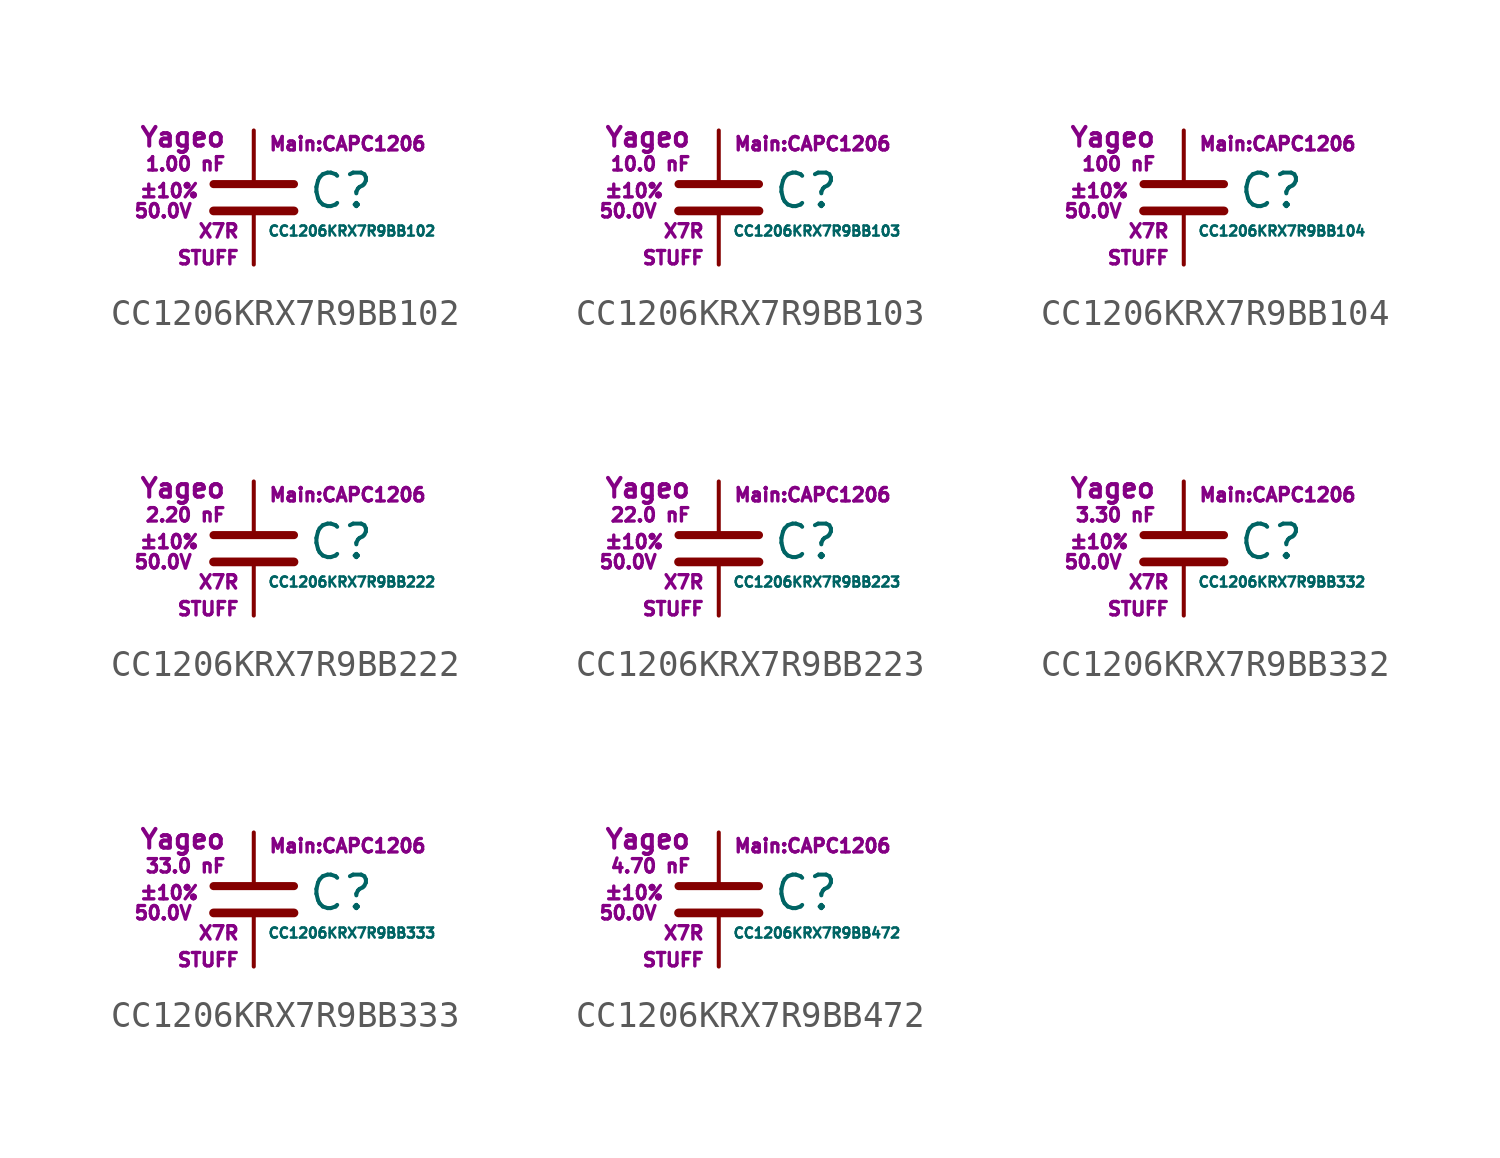
<source format=kicad_sym>
(kicad_symbol_lib
  (version 20211014)
  (generator kicad_symbol_editor)
  (symbol "CC1206KRX7R9BB102"
    (pin_numbers hide)
    (pin_names
      (offset 0.254) hide)
    (property "Reference" "C"
      (at 2.032 0.254 0)
      (effects (font (size 1.27 1.27)) (justify left)))
    (property "Value" "CC1206KRX7R9BB102"
      (at 0.508 -1.27 0)
      (effects (font (size 0.381 0.381)) (justify left)))
    (property "Footprint" "Main:CAPC1206"
      (at 3.556 2.032 0)
      (effects (font (size 0.508 0.508))))
    (property "Datasheet" ""
      (at 0.762 0.508 0)
      (effects (font (size 1.27 1.27))))
    (property "Manufacturer" "Yageo"
      (at -1.016 2.286 0)
      (effects (font (size 0.711 0.711)) (justify right)))
    (property "SKU" "STUFF"
      (at -0.508 -2.286 0)
      (effects (font (size 0.508 0.508)) (justify right)))
    (property "C" "1.00 nF"
      (at -1.016 1.27 0)
      (effects (font (size 0.508 0.508)) (justify right)))
    (property "Tol" "±10%"
      (at -2.032 0.254 0)
      (effects (font (size 0.508 0.508)) (justify right)))
    (property "Vmax" "50.0V"
      (at -2.286 -0.508 0)
      (effects (font (size 0.508 0.508)) (justify right)))
    (property "Type" "X7R"
      (at -0.508 -1.27 0)
      (effects (font (size 0.508 0.508)) (justify right)))
    (symbol "CC1206KRX7R9BB102_0_1"
      (polyline (pts (xy -1.524 -0.508) (xy 1.524 -0.508)) (stroke (width 0.33) (type default) (color 0 0 0 0)) (fill (type none)))
      (polyline (pts (xy -1.524 0.508) (xy 1.524 0.508)) (stroke (width 0.305) (type default) (color 0 0 0 0)) (fill (type none))))
    (symbol "CC1206KRX7R9BB102_1_1"
      (pin passive line (at 0 2.54 270) (length 1.905) (name "~" (effects (font (size 1.016 1.016)))) (number "1" (effects (font (size 1.016 1.016)))))
      (pin passive line (at 0 -2.54 90) (length 2.032) (name "~" (effects (font (size 1.016 1.016)))) (number "2" (effects (font (size 1.016 1.016)))))))
  (symbol "CC1206KRX7R9BB103"
    (pin_numbers hide)
    (pin_names
      (offset 0.254) hide)
    (property "Reference" "C"
      (at 2.032 0.254 0)
      (effects (font (size 1.27 1.27)) (justify left)))
    (property "Value" "CC1206KRX7R9BB103"
      (at 0.508 -1.27 0)
      (effects (font (size 0.381 0.381)) (justify left)))
    (property "Footprint" "Main:CAPC1206"
      (at 3.556 2.032 0)
      (effects (font (size 0.508 0.508))))
    (property "Datasheet" ""
      (at 0.762 0.508 0)
      (effects (font (size 1.27 1.27))))
    (property "Manufacturer" "Yageo"
      (at -1.016 2.286 0)
      (effects (font (size 0.711 0.711)) (justify right)))
    (property "SKU" "STUFF"
      (at -0.508 -2.286 0)
      (effects (font (size 0.508 0.508)) (justify right)))
    (property "C" "10.0 nF"
      (at -1.016 1.27 0)
      (effects (font (size 0.508 0.508)) (justify right)))
    (property "Tol" "±10%"
      (at -2.032 0.254 0)
      (effects (font (size 0.508 0.508)) (justify right)))
    (property "Vmax" "50.0V"
      (at -2.286 -0.508 0)
      (effects (font (size 0.508 0.508)) (justify right)))
    (property "Type" "X7R"
      (at -0.508 -1.27 0)
      (effects (font (size 0.508 0.508)) (justify right)))
    (symbol "CC1206KRX7R9BB103_0_1"
      (polyline (pts (xy -1.524 -0.508) (xy 1.524 -0.508)) (stroke (width 0.33) (type default) (color 0 0 0 0)) (fill (type none)))
      (polyline (pts (xy -1.524 0.508) (xy 1.524 0.508)) (stroke (width 0.305) (type default) (color 0 0 0 0)) (fill (type none))))
    (symbol "CC1206KRX7R9BB103_1_1"
      (pin passive line (at 0 2.54 270) (length 1.905) (name "~" (effects (font (size 1.016 1.016)))) (number "1" (effects (font (size 1.016 1.016)))))
      (pin passive line (at 0 -2.54 90) (length 2.032) (name "~" (effects (font (size 1.016 1.016)))) (number "2" (effects (font (size 1.016 1.016)))))))
  (symbol "CC1206KRX7R9BB104"
    (pin_numbers hide)
    (pin_names
      (offset 0.254) hide)
    (property "Reference" "C"
      (at 2.032 0.254 0)
      (effects (font (size 1.27 1.27)) (justify left)))
    (property "Value" "CC1206KRX7R9BB104"
      (at 0.508 -1.27 0)
      (effects (font (size 0.381 0.381)) (justify left)))
    (property "Footprint" "Main:CAPC1206"
      (at 3.556 2.032 0)
      (effects (font (size 0.508 0.508))))
    (property "Datasheet" ""
      (at 0.762 0.508 0)
      (effects (font (size 1.27 1.27))))
    (property "Manufacturer" "Yageo"
      (at -1.016 2.286 0)
      (effects (font (size 0.711 0.711)) (justify right)))
    (property "SKU" "STUFF"
      (at -0.508 -2.286 0)
      (effects (font (size 0.508 0.508)) (justify right)))
    (property "C" "100 nF"
      (at -1.016 1.27 0)
      (effects (font (size 0.508 0.508)) (justify right)))
    (property "Tol" "±10%"
      (at -2.032 0.254 0)
      (effects (font (size 0.508 0.508)) (justify right)))
    (property "Vmax" "50.0V"
      (at -2.286 -0.508 0)
      (effects (font (size 0.508 0.508)) (justify right)))
    (property "Type" "X7R"
      (at -0.508 -1.27 0)
      (effects (font (size 0.508 0.508)) (justify right)))
    (symbol "CC1206KRX7R9BB104_0_1"
      (polyline (pts (xy -1.524 -0.508) (xy 1.524 -0.508)) (stroke (width 0.33) (type default) (color 0 0 0 0)) (fill (type none)))
      (polyline (pts (xy -1.524 0.508) (xy 1.524 0.508)) (stroke (width 0.305) (type default) (color 0 0 0 0)) (fill (type none))))
    (symbol "CC1206KRX7R9BB104_1_1"
      (pin passive line (at 0 2.54 270) (length 1.905) (name "~" (effects (font (size 1.016 1.016)))) (number "1" (effects (font (size 1.016 1.016)))))
      (pin passive line (at 0 -2.54 90) (length 2.032) (name "~" (effects (font (size 1.016 1.016)))) (number "2" (effects (font (size 1.016 1.016)))))))
  (symbol "CC1206KRX7R9BB222"
    (pin_numbers hide)
    (pin_names
      (offset 0.254) hide)
    (property "Reference" "C"
      (at 2.032 0.254 0)
      (effects (font (size 1.27 1.27)) (justify left)))
    (property "Value" "CC1206KRX7R9BB222"
      (at 0.508 -1.27 0)
      (effects (font (size 0.381 0.381)) (justify left)))
    (property "Footprint" "Main:CAPC1206"
      (at 3.556 2.032 0)
      (effects (font (size 0.508 0.508))))
    (property "Datasheet" ""
      (at 0.762 0.508 0)
      (effects (font (size 1.27 1.27))))
    (property "Manufacturer" "Yageo"
      (at -1.016 2.286 0)
      (effects (font (size 0.711 0.711)) (justify right)))
    (property "SKU" "STUFF"
      (at -0.508 -2.286 0)
      (effects (font (size 0.508 0.508)) (justify right)))
    (property "C" "2.20 nF"
      (at -1.016 1.27 0)
      (effects (font (size 0.508 0.508)) (justify right)))
    (property "Tol" "±10%"
      (at -2.032 0.254 0)
      (effects (font (size 0.508 0.508)) (justify right)))
    (property "Vmax" "50.0V"
      (at -2.286 -0.508 0)
      (effects (font (size 0.508 0.508)) (justify right)))
    (property "Type" "X7R"
      (at -0.508 -1.27 0)
      (effects (font (size 0.508 0.508)) (justify right)))
    (symbol "CC1206KRX7R9BB222_0_1"
      (polyline (pts (xy -1.524 -0.508) (xy 1.524 -0.508)) (stroke (width 0.33) (type default) (color 0 0 0 0)) (fill (type none)))
      (polyline (pts (xy -1.524 0.508) (xy 1.524 0.508)) (stroke (width 0.305) (type default) (color 0 0 0 0)) (fill (type none))))
    (symbol "CC1206KRX7R9BB222_1_1"
      (pin passive line (at 0 2.54 270) (length 1.905) (name "~" (effects (font (size 1.016 1.016)))) (number "1" (effects (font (size 1.016 1.016)))))
      (pin passive line (at 0 -2.54 90) (length 2.032) (name "~" (effects (font (size 1.016 1.016)))) (number "2" (effects (font (size 1.016 1.016)))))))
  (symbol "CC1206KRX7R9BB223"
    (pin_numbers hide)
    (pin_names
      (offset 0.254) hide)
    (property "Reference" "C"
      (at 2.032 0.254 0)
      (effects (font (size 1.27 1.27)) (justify left)))
    (property "Value" "CC1206KRX7R9BB223"
      (at 0.508 -1.27 0)
      (effects (font (size 0.381 0.381)) (justify left)))
    (property "Footprint" "Main:CAPC1206"
      (at 3.556 2.032 0)
      (effects (font (size 0.508 0.508))))
    (property "Datasheet" ""
      (at 0.762 0.508 0)
      (effects (font (size 1.27 1.27))))
    (property "Manufacturer" "Yageo"
      (at -1.016 2.286 0)
      (effects (font (size 0.711 0.711)) (justify right)))
    (property "SKU" "STUFF"
      (at -0.508 -2.286 0)
      (effects (font (size 0.508 0.508)) (justify right)))
    (property "C" "22.0 nF"
      (at -1.016 1.27 0)
      (effects (font (size 0.508 0.508)) (justify right)))
    (property "Tol" "±10%"
      (at -2.032 0.254 0)
      (effects (font (size 0.508 0.508)) (justify right)))
    (property "Vmax" "50.0V"
      (at -2.286 -0.508 0)
      (effects (font (size 0.508 0.508)) (justify right)))
    (property "Type" "X7R"
      (at -0.508 -1.27 0)
      (effects (font (size 0.508 0.508)) (justify right)))
    (symbol "CC1206KRX7R9BB223_0_1"
      (polyline (pts (xy -1.524 -0.508) (xy 1.524 -0.508)) (stroke (width 0.33) (type default) (color 0 0 0 0)) (fill (type none)))
      (polyline (pts (xy -1.524 0.508) (xy 1.524 0.508)) (stroke (width 0.305) (type default) (color 0 0 0 0)) (fill (type none))))
    (symbol "CC1206KRX7R9BB223_1_1"
      (pin passive line (at 0 2.54 270) (length 1.905) (name "~" (effects (font (size 1.016 1.016)))) (number "1" (effects (font (size 1.016 1.016)))))
      (pin passive line (at 0 -2.54 90) (length 2.032) (name "~" (effects (font (size 1.016 1.016)))) (number "2" (effects (font (size 1.016 1.016)))))))
  (symbol "CC1206KRX7R9BB332"
    (pin_numbers hide)
    (pin_names
      (offset 0.254) hide)
    (property "Reference" "C"
      (at 2.032 0.254 0)
      (effects (font (size 1.27 1.27)) (justify left)))
    (property "Value" "CC1206KRX7R9BB332"
      (at 0.508 -1.27 0)
      (effects (font (size 0.381 0.381)) (justify left)))
    (property "Footprint" "Main:CAPC1206"
      (at 3.556 2.032 0)
      (effects (font (size 0.508 0.508))))
    (property "Datasheet" ""
      (at 0.762 0.508 0)
      (effects (font (size 1.27 1.27))))
    (property "Manufacturer" "Yageo"
      (at -1.016 2.286 0)
      (effects (font (size 0.711 0.711)) (justify right)))
    (property "SKU" "STUFF"
      (at -0.508 -2.286 0)
      (effects (font (size 0.508 0.508)) (justify right)))
    (property "C" "3.30 nF"
      (at -1.016 1.27 0)
      (effects (font (size 0.508 0.508)) (justify right)))
    (property "Tol" "±10%"
      (at -2.032 0.254 0)
      (effects (font (size 0.508 0.508)) (justify right)))
    (property "Vmax" "50.0V"
      (at -2.286 -0.508 0)
      (effects (font (size 0.508 0.508)) (justify right)))
    (property "Type" "X7R"
      (at -0.508 -1.27 0)
      (effects (font (size 0.508 0.508)) (justify right)))
    (symbol "CC1206KRX7R9BB332_0_1"
      (polyline (pts (xy -1.524 -0.508) (xy 1.524 -0.508)) (stroke (width 0.33) (type default) (color 0 0 0 0)) (fill (type none)))
      (polyline (pts (xy -1.524 0.508) (xy 1.524 0.508)) (stroke (width 0.305) (type default) (color 0 0 0 0)) (fill (type none))))
    (symbol "CC1206KRX7R9BB332_1_1"
      (pin passive line (at 0 2.54 270) (length 1.905) (name "~" (effects (font (size 1.016 1.016)))) (number "1" (effects (font (size 1.016 1.016)))))
      (pin passive line (at 0 -2.54 90) (length 2.032) (name "~" (effects (font (size 1.016 1.016)))) (number "2" (effects (font (size 1.016 1.016)))))))
  (symbol "CC1206KRX7R9BB333"
    (pin_numbers hide)
    (pin_names
      (offset 0.254) hide)
    (property "Reference" "C"
      (at 2.032 0.254 0)
      (effects (font (size 1.27 1.27)) (justify left)))
    (property "Value" "CC1206KRX7R9BB333"
      (at 0.508 -1.27 0)
      (effects (font (size 0.381 0.381)) (justify left)))
    (property "Footprint" "Main:CAPC1206"
      (at 3.556 2.032 0)
      (effects (font (size 0.508 0.508))))
    (property "Datasheet" ""
      (at 0.762 0.508 0)
      (effects (font (size 1.27 1.27))))
    (property "Manufacturer" "Yageo"
      (at -1.016 2.286 0)
      (effects (font (size 0.711 0.711)) (justify right)))
    (property "SKU" "STUFF"
      (at -0.508 -2.286 0)
      (effects (font (size 0.508 0.508)) (justify right)))
    (property "C" "33.0 nF"
      (at -1.016 1.27 0)
      (effects (font (size 0.508 0.508)) (justify right)))
    (property "Tol" "±10%"
      (at -2.032 0.254 0)
      (effects (font (size 0.508 0.508)) (justify right)))
    (property "Vmax" "50.0V"
      (at -2.286 -0.508 0)
      (effects (font (size 0.508 0.508)) (justify right)))
    (property "Type" "X7R"
      (at -0.508 -1.27 0)
      (effects (font (size 0.508 0.508)) (justify right)))
    (symbol "CC1206KRX7R9BB333_0_1"
      (polyline (pts (xy -1.524 -0.508) (xy 1.524 -0.508)) (stroke (width 0.33) (type default) (color 0 0 0 0)) (fill (type none)))
      (polyline (pts (xy -1.524 0.508) (xy 1.524 0.508)) (stroke (width 0.305) (type default) (color 0 0 0 0)) (fill (type none))))
    (symbol "CC1206KRX7R9BB333_1_1"
      (pin passive line (at 0 2.54 270) (length 1.905) (name "~" (effects (font (size 1.016 1.016)))) (number "1" (effects (font (size 1.016 1.016)))))
      (pin passive line (at 0 -2.54 90) (length 2.032) (name "~" (effects (font (size 1.016 1.016)))) (number "2" (effects (font (size 1.016 1.016)))))))
  (symbol "CC1206KRX7R9BB472"
    (pin_numbers hide)
    (pin_names
      (offset 0.254) hide)
    (property "Reference" "C"
      (at 2.032 0.254 0)
      (effects (font (size 1.27 1.27)) (justify left)))
    (property "Value" "CC1206KRX7R9BB472"
      (at 0.508 -1.27 0)
      (effects (font (size 0.381 0.381)) (justify left)))
    (property "Footprint" "Main:CAPC1206"
      (at 3.556 2.032 0)
      (effects (font (size 0.508 0.508))))
    (property "Datasheet" ""
      (at 0.762 0.508 0)
      (effects (font (size 1.27 1.27))))
    (property "Manufacturer" "Yageo"
      (at -1.016 2.286 0)
      (effects (font (size 0.711 0.711)) (justify right)))
    (property "SKU" "STUFF"
      (at -0.508 -2.286 0)
      (effects (font (size 0.508 0.508)) (justify right)))
    (property "C" "4.70 nF"
      (at -1.016 1.27 0)
      (effects (font (size 0.508 0.508)) (justify right)))
    (property "Tol" "±10%"
      (at -2.032 0.254 0)
      (effects (font (size 0.508 0.508)) (justify right)))
    (property "Vmax" "50.0V"
      (at -2.286 -0.508 0)
      (effects (font (size 0.508 0.508)) (justify right)))
    (property "Type" "X7R"
      (at -0.508 -1.27 0)
      (effects (font (size 0.508 0.508)) (justify right)))
    (symbol "CC1206KRX7R9BB472_0_1"
      (polyline (pts (xy -1.524 -0.508) (xy 1.524 -0.508)) (stroke (width 0.33) (type default) (color 0 0 0 0)) (fill (type none)))
      (polyline (pts (xy -1.524 0.508) (xy 1.524 0.508)) (stroke (width 0.305) (type default) (color 0 0 0 0)) (fill (type none))))
    (symbol "CC1206KRX7R9BB472_1_1"
      (pin passive line (at 0 2.54 270) (length 1.905) (name "~" (effects (font (size 1.016 1.016)))) (number "1" (effects (font (size 1.016 1.016)))))
      (pin passive line (at 0 -2.54 90) (length 2.032) (name "~" (effects (font (size 1.016 1.016)))) (number "2" (effects (font (size 1.016 1.016))))))))
</source>
